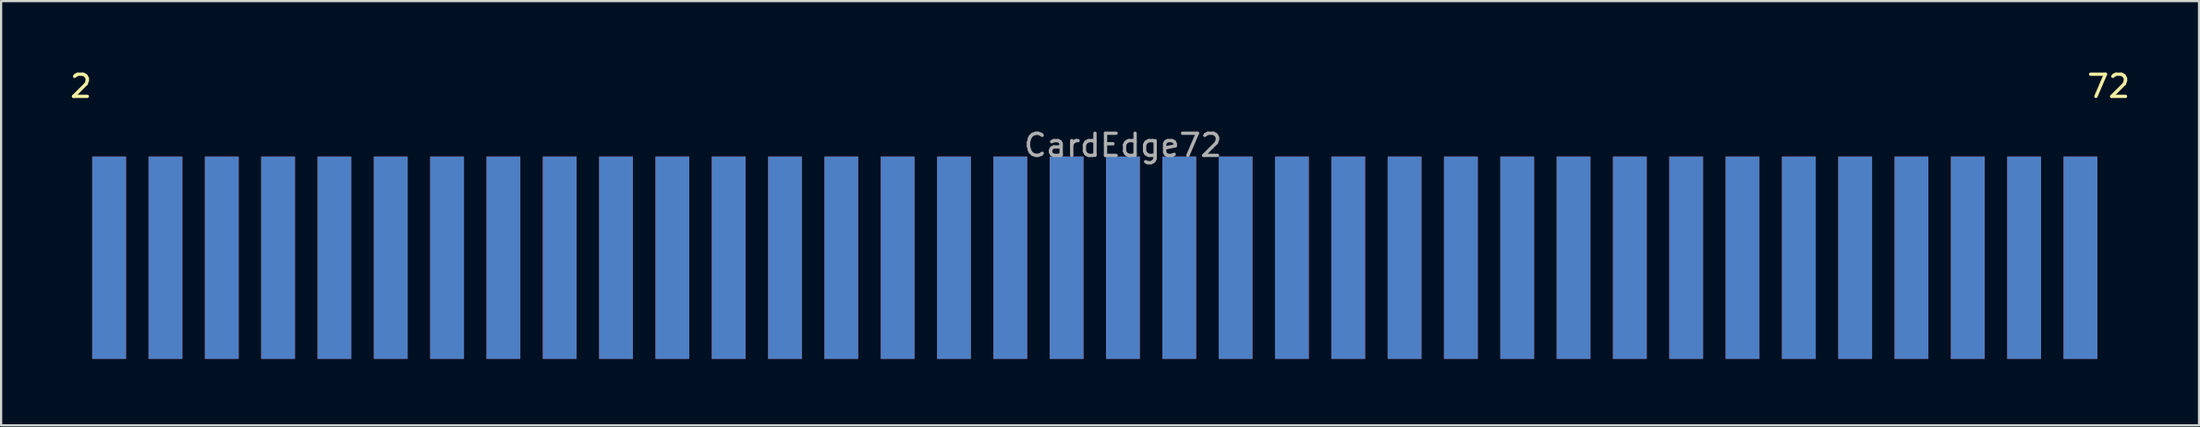
<source format=kicad_pcb>
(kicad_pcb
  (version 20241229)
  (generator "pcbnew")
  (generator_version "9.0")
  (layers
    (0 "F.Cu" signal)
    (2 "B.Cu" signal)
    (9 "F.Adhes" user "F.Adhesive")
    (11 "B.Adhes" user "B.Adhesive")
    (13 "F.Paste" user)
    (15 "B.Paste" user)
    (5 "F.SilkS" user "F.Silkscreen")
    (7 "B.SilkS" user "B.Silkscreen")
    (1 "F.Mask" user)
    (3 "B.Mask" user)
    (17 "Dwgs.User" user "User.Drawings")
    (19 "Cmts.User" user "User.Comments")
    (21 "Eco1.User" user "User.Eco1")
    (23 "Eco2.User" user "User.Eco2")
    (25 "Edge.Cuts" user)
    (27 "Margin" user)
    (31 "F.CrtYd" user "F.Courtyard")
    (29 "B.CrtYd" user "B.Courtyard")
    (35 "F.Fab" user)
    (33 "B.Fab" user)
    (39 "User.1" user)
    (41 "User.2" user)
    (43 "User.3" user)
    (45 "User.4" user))
  (footprint "CardEdge72"
    (layer "F.Cu")
    (at 47.591 4.023)
    (property "Reference" "CardEdge72" (at 0 -0.508 0) (layer "F.Fab") (effects (font (size 1 1) (thickness 0.15))))
    (attr through_hole)
    (fp_text user "72" (at 44.45 -3.175 0) (layer "F.SilkS") (effects (font (size 1 1) (thickness 0.15))))
    (fp_text user "2" (at -46.99 -3.175 0) (layer "F.SilkS") (effects (font (size 1 1) (thickness 0.15))))
    (pad "1" connect rect (at -45.72 4.572) (size 1.524 9.144) (layers "B.Cu"))
    (pad "2" connect rect (at -45.72 4.572) (size 1.524 9.144) (layers "F.Cu"))
    (pad "3" connect rect (at -43.18 4.572) (size 1.524 9.144) (layers "B.Cu"))
    (pad "4" connect rect (at -43.18 4.572) (size 1.524 9.144) (layers "F.Cu"))
    (pad "5" connect rect (at -40.64 4.572) (size 1.524 9.144) (layers "B.Cu"))
    (pad "6" connect rect (at -40.64 4.572) (size 1.524 9.144) (layers "F.Cu"))
    (pad "7" connect rect (at -38.1 4.572) (size 1.524 9.144) (layers "B.Cu"))
    (pad "8" connect rect (at -38.1 4.572) (size 1.524 9.144) (layers "F.Cu"))
    (pad "9" connect rect (at -35.56 4.572) (size 1.524 9.144) (layers "B.Cu"))
    (pad "10" connect rect (at -35.56 4.572) (size 1.524 9.144) (layers "F.Cu"))
    (pad "11" connect rect (at -33.02 4.572) (size 1.524 9.144) (layers "B.Cu"))
    (pad "12" connect rect (at -33.02 4.572) (size 1.524 9.144) (layers "F.Cu"))
    (pad "13" connect rect (at -30.48 4.572) (size 1.524 9.144) (layers "B.Cu"))
    (pad "14" connect rect (at -30.48 4.572) (size 1.524 9.144) (layers "F.Cu"))
    (pad "15" connect rect (at -27.94 4.572) (size 1.524 9.144) (layers "B.Cu"))
    (pad "16" connect rect (at -27.94 4.572) (size 1.524 9.144) (layers "F.Cu"))
    (pad "17" connect rect (at -25.4 4.572) (size 1.524 9.144) (layers "B.Cu"))
    (pad "18" connect rect (at -25.4 4.572) (size 1.524 9.144) (layers "F.Cu"))
    (pad "19" connect rect (at -22.86 4.572) (size 1.524 9.144) (layers "B.Cu"))
    (pad "20" connect rect (at -22.86 4.572) (size 1.524 9.144) (layers "F.Cu"))
    (pad "21" connect rect (at -20.32 4.572) (size 1.524 9.144) (layers "B.Cu"))
    (pad "22" connect rect (at -20.32 4.572) (size 1.524 9.144) (layers "F.Cu"))
    (pad "23" connect rect (at -17.78 4.572) (size 1.524 9.144) (layers "B.Cu"))
    (pad "24" connect rect (at -17.78 4.572) (size 1.524 9.144) (layers "F.Cu"))
    (pad "25" connect rect (at -15.24 4.572) (size 1.524 9.144) (layers "B.Cu"))
    (pad "26" connect rect (at -15.24 4.572) (size 1.524 9.144) (layers "F.Cu"))
    (pad "27" connect rect (at -12.7 4.572) (size 1.524 9.144) (layers "B.Cu"))
    (pad "28" connect rect (at -12.7 4.572) (size 1.524 9.144) (layers "F.Cu"))
    (pad "29" connect rect (at -10.16 4.572) (size 1.524 9.144) (layers "B.Cu"))
    (pad "30" connect rect (at -10.16 4.572) (size 1.524 9.144) (layers "F.Cu"))
    (pad "31" connect rect (at -7.62 4.572) (size 1.524 9.144) (layers "B.Cu"))
    (pad "32" connect rect (at -7.62 4.572) (size 1.524 9.144) (layers "F.Cu"))
    (pad "33" connect rect (at -5.08 4.572) (size 1.524 9.144) (layers "B.Cu"))
    (pad "34" connect rect (at -5.08 4.572) (size 1.524 9.144) (layers "F.Cu"))
    (pad "35" connect rect (at -2.54 4.572) (size 1.524 9.144) (layers "B.Cu"))
    (pad "36" connect rect (at -2.54 4.572) (size 1.524 9.144) (layers "F.Cu"))
    (pad "37" connect rect (at 0 4.572) (size 1.524 9.144) (layers "B.Cu"))
    (pad "38" connect rect (at 0 4.572) (size 1.524 9.144) (layers "F.Cu"))
    (pad "39" connect rect (at 2.54 4.572) (size 1.524 9.144) (layers "B.Cu"))
    (pad "40" connect rect (at 2.54 4.572) (size 1.524 9.144) (layers "F.Cu"))
    (pad "41" connect rect (at 5.08 4.572) (size 1.524 9.144) (layers "B.Cu"))
    (pad "42" connect rect (at 5.08 4.572) (size 1.524 9.144) (layers "F.Cu"))
    (pad "43" connect rect (at 7.62 4.572) (size 1.524 9.144) (layers "B.Cu"))
    (pad "44" connect rect (at 7.62 4.572) (size 1.524 9.144) (layers "F.Cu"))
    (pad "45" connect rect (at 10.16 4.572) (size 1.524 9.144) (layers "B.Cu"))
    (pad "46" connect rect (at 10.16 4.572) (size 1.524 9.144) (layers "F.Cu"))
    (pad "47" connect rect (at 12.7 4.572) (size 1.524 9.144) (layers "B.Cu"))
    (pad "48" connect rect (at 12.7 4.572) (size 1.524 9.144) (layers "F.Cu"))
    (pad "49" connect rect (at 15.24 4.572) (size 1.524 9.144) (layers "B.Cu"))
    (pad "50" connect rect (at 15.24 4.572) (size 1.524 9.144) (layers "F.Cu"))
    (pad "51" connect rect (at 17.78 4.572) (size 1.524 9.144) (layers "B.Cu"))
    (pad "52" connect rect (at 17.78 4.572) (size 1.524 9.144) (layers "F.Cu"))
    (pad "53" connect rect (at 20.32 4.572) (size 1.524 9.144) (layers "B.Cu"))
    (pad "54" connect rect (at 20.32 4.572) (size 1.524 9.144) (layers "F.Cu"))
    (pad "55" connect rect (at 22.86 4.572) (size 1.524 9.144) (layers "B.Cu"))
    (pad "56" connect rect (at 22.86 4.572) (size 1.524 9.144) (layers "F.Cu"))
    (pad "57" connect rect (at 25.4 4.572) (size 1.524 9.144) (layers "B.Cu"))
    (pad "58" connect rect (at 25.4 4.572) (size 1.524 9.144) (layers "F.Cu"))
    (pad "59" connect rect (at 27.94 4.572) (size 1.524 9.144) (layers "B.Cu"))
    (pad "60" connect rect (at 27.94 4.572) (size 1.524 9.144) (layers "F.Cu"))
    (pad "61" connect rect (at 30.48 4.572) (size 1.524 9.144) (layers "B.Cu"))
    (pad "62" connect rect (at 30.48 4.572) (size 1.524 9.144) (layers "F.Cu"))
    (pad "63" connect rect (at 33.02 4.572) (size 1.524 9.144) (layers "B.Cu"))
    (pad "64" connect rect (at 33.02 4.572) (size 1.524 9.144) (layers "F.Cu"))
    (pad "65" connect rect (at 35.56 4.572) (size 1.524 9.144) (layers "B.Cu"))
    (pad "66" connect rect (at 35.56 4.572) (size 1.524 9.144) (layers "F.Cu"))
    (pad "67" connect rect (at 38.1 4.572) (size 1.524 9.144) (layers "B.Cu"))
    (pad "68" connect rect (at 38.1 4.572) (size 1.524 9.144) (layers "F.Cu"))
    (pad "69" connect rect (at 40.64 4.572) (size 1.524 9.144) (layers "B.Cu"))
    (pad "70" connect rect (at 40.64 4.572) (size 1.524 9.144) (layers "F.Cu"))
    (pad "71" connect rect (at 43.18 4.572) (size 1.524 9.144) (layers "B.Cu"))
    (pad "72" connect rect (at 43.18 4.572) (size 1.524 9.144) (layers "F.Cu")))
  (gr_rect
    (start -3 -3)
    (end 96.119 16.167)
    (stroke (width 0.1) (type default))
    (fill no)
    (layer "Edge.Cuts")))
</source>
